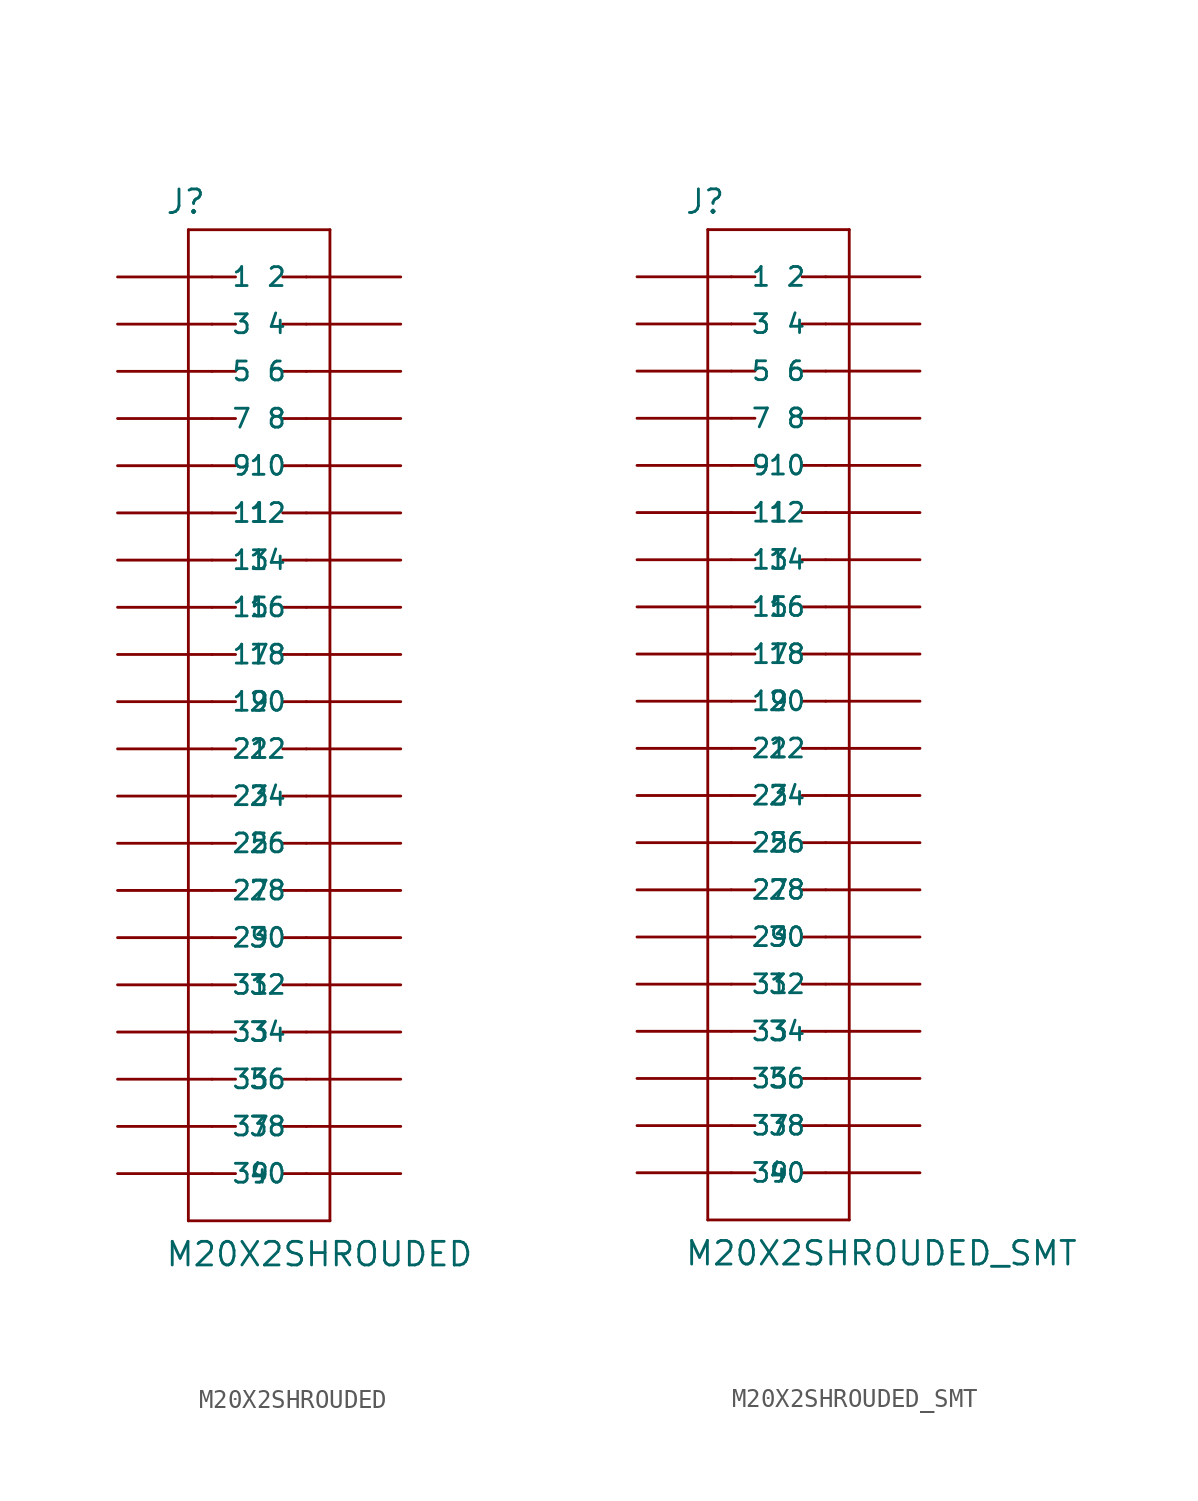
<source format=kicad_sym>
(kicad_symbol_lib
  (version 20211014)
  (generator kicad_symbol_editor)
  (symbol "M20X2SHROUDED"
    (pin_numbers hide)
    (pin_names
      (offset 1.016))
    (property "Reference" "J"
      (at -5.08 26.162 0)
      (effects (font (size 1.27 1.27)) (justify left bottom)))
    (property "Value" "M20X2SHROUDED"
      (at -5.08 -30.48 0)
      (effects (font (size 1.27 1.27)) (justify left bottom)))
    (property "Datasheet" ""
      (at 0 0 0)
      (effects (font (size 1.524 1.524))))
    (property "ki_locked" ""
      (at 0 0 0)
      (effects (font (size 1.27 1.27))))
    (symbol "M20X2SHROUDED_1_0"
      (polyline (pts (xy -3.81 25.4) (xy -3.81 -27.94)) (stroke (width 0) (type default) (color 0 0 0 0)) (fill (type none)))
      (polyline (pts (xy -3.81 25.4) (xy 3.81 25.4)) (stroke (width 0) (type default) (color 0 0 0 0)) (fill (type none)))
      (polyline (pts (xy -1.27 -25.4) (xy -2.54 -25.4)) (stroke (width 0) (type default) (color 0 0 0 0)) (fill (type none)))
      (polyline (pts (xy -1.27 -22.86) (xy -2.54 -22.86)) (stroke (width 0) (type default) (color 0 0 0 0)) (fill (type none)))
      (polyline (pts (xy -1.27 -20.32) (xy -2.54 -20.32)) (stroke (width 0) (type default) (color 0 0 0 0)) (fill (type none)))
      (polyline (pts (xy -1.27 -17.78) (xy -2.54 -17.78)) (stroke (width 0) (type default) (color 0 0 0 0)) (fill (type none)))
      (polyline (pts (xy -1.27 -15.24) (xy -2.54 -15.24)) (stroke (width 0) (type default) (color 0 0 0 0)) (fill (type none)))
      (polyline (pts (xy -1.27 -12.7) (xy -2.54 -12.7)) (stroke (width 0) (type default) (color 0 0 0 0)) (fill (type none)))
      (polyline (pts (xy -1.27 -10.16) (xy -2.54 -10.16)) (stroke (width 0) (type default) (color 0 0 0 0)) (fill (type none)))
      (polyline (pts (xy -1.27 -7.62) (xy -2.54 -7.62)) (stroke (width 0) (type default) (color 0 0 0 0)) (fill (type none)))
      (polyline (pts (xy -1.27 -5.08) (xy -2.54 -5.08)) (stroke (width 0) (type default) (color 0 0 0 0)) (fill (type none)))
      (polyline (pts (xy -1.27 -2.54) (xy -2.54 -2.54)) (stroke (width 0) (type default) (color 0 0 0 0)) (fill (type none)))
      (polyline (pts (xy -1.27 0) (xy -2.54 0)) (stroke (width 0) (type default) (color 0 0 0 0)) (fill (type none)))
      (polyline (pts (xy -1.27 2.54) (xy -2.54 2.54)) (stroke (width 0) (type default) (color 0 0 0 0)) (fill (type none)))
      (polyline (pts (xy -1.27 5.08) (xy -2.54 5.08)) (stroke (width 0) (type default) (color 0 0 0 0)) (fill (type none)))
      (polyline (pts (xy -1.27 7.62) (xy -2.54 7.62)) (stroke (width 0) (type default) (color 0 0 0 0)) (fill (type none)))
      (polyline (pts (xy -1.27 10.16) (xy -2.54 10.16)) (stroke (width 0) (type default) (color 0 0 0 0)) (fill (type none)))
      (polyline (pts (xy -1.27 12.7) (xy -2.54 12.7)) (stroke (width 0) (type default) (color 0 0 0 0)) (fill (type none)))
      (polyline (pts (xy -1.27 15.24) (xy -2.54 15.24)) (stroke (width 0) (type default) (color 0 0 0 0)) (fill (type none)))
      (polyline (pts (xy -1.27 17.78) (xy -2.54 17.78)) (stroke (width 0) (type default) (color 0 0 0 0)) (fill (type none)))
      (polyline (pts (xy -1.27 20.32) (xy -2.54 20.32)) (stroke (width 0) (type default) (color 0 0 0 0)) (fill (type none)))
      (polyline (pts (xy -1.27 22.86) (xy -2.54 22.86)) (stroke (width 0) (type default) (color 0 0 0 0)) (fill (type none)))
      (polyline (pts (xy 1.27 -25.4) (xy 2.54 -25.4)) (stroke (width 0) (type default) (color 0 0 0 0)) (fill (type none)))
      (polyline (pts (xy 1.27 -22.86) (xy 2.54 -22.86)) (stroke (width 0) (type default) (color 0 0 0 0)) (fill (type none)))
      (polyline (pts (xy 1.27 -20.32) (xy 2.54 -20.32)) (stroke (width 0) (type default) (color 0 0 0 0)) (fill (type none)))
      (polyline (pts (xy 1.27 -17.78) (xy 2.54 -17.78)) (stroke (width 0) (type default) (color 0 0 0 0)) (fill (type none)))
      (polyline (pts (xy 1.27 -15.24) (xy 2.54 -15.24)) (stroke (width 0) (type default) (color 0 0 0 0)) (fill (type none)))
      (polyline (pts (xy 1.27 -12.7) (xy 2.54 -12.7)) (stroke (width 0) (type default) (color 0 0 0 0)) (fill (type none)))
      (polyline (pts (xy 1.27 -10.16) (xy 2.54 -10.16)) (stroke (width 0) (type default) (color 0 0 0 0)) (fill (type none)))
      (polyline (pts (xy 1.27 -7.62) (xy 2.54 -7.62)) (stroke (width 0) (type default) (color 0 0 0 0)) (fill (type none)))
      (polyline (pts (xy 1.27 -5.08) (xy 2.54 -5.08)) (stroke (width 0) (type default) (color 0 0 0 0)) (fill (type none)))
      (polyline (pts (xy 1.27 -2.54) (xy 2.54 -2.54)) (stroke (width 0) (type default) (color 0 0 0 0)) (fill (type none)))
      (polyline (pts (xy 1.27 0) (xy 2.54 0)) (stroke (width 0) (type default) (color 0 0 0 0)) (fill (type none)))
      (polyline (pts (xy 1.27 2.54) (xy 2.54 2.54)) (stroke (width 0) (type default) (color 0 0 0 0)) (fill (type none)))
      (polyline (pts (xy 1.27 5.08) (xy 2.54 5.08)) (stroke (width 0) (type default) (color 0 0 0 0)) (fill (type none)))
      (polyline (pts (xy 1.27 7.62) (xy 2.54 7.62)) (stroke (width 0) (type default) (color 0 0 0 0)) (fill (type none)))
      (polyline (pts (xy 1.27 10.16) (xy 2.54 10.16)) (stroke (width 0) (type default) (color 0 0 0 0)) (fill (type none)))
      (polyline (pts (xy 1.27 12.7) (xy 2.54 12.7)) (stroke (width 0) (type default) (color 0 0 0 0)) (fill (type none)))
      (polyline (pts (xy 1.27 15.24) (xy 2.54 15.24)) (stroke (width 0) (type default) (color 0 0 0 0)) (fill (type none)))
      (polyline (pts (xy 1.27 17.78) (xy 2.54 17.78)) (stroke (width 0) (type default) (color 0 0 0 0)) (fill (type none)))
      (polyline (pts (xy 1.27 20.32) (xy 2.54 20.32)) (stroke (width 0) (type default) (color 0 0 0 0)) (fill (type none)))
      (polyline (pts (xy 1.27 22.86) (xy 2.54 22.86)) (stroke (width 0) (type default) (color 0 0 0 0)) (fill (type none)))
      (polyline (pts (xy 3.81 -27.94) (xy -3.81 -27.94)) (stroke (width 0) (type default) (color 0 0 0 0)) (fill (type none)))
      (polyline (pts (xy 3.81 -27.94) (xy 3.81 25.4)) (stroke (width 0) (type default) (color 0 0 0 0)) (fill (type none))))
    (symbol "M20X2SHROUDED_1_1"
      (pin passive line (at -7.62 22.86 0) (length 5.08) (name "1" (effects (font (size 1.016 1.016)))) (number "1" (effects (font (size 1.016 1.016)))))
      (pin passive line (at 7.62 12.7 180) (length 5.08) (name "10" (effects (font (size 1.016 1.016)))) (number "10" (effects (font (size 1.016 1.016)))))
      (pin passive line (at -7.62 10.16 0) (length 5.08) (name "11" (effects (font (size 1.016 1.016)))) (number "11" (effects (font (size 1.016 1.016)))))
      (pin passive line (at 7.62 10.16 180) (length 5.08) (name "12" (effects (font (size 1.016 1.016)))) (number "12" (effects (font (size 1.016 1.016)))))
      (pin passive line (at -7.62 7.62 0) (length 5.08) (name "13" (effects (font (size 1.016 1.016)))) (number "13" (effects (font (size 1.016 1.016)))))
      (pin passive line (at 7.62 7.62 180) (length 5.08) (name "14" (effects (font (size 1.016 1.016)))) (number "14" (effects (font (size 1.016 1.016)))))
      (pin passive line (at -7.62 5.08 0) (length 5.08) (name "15" (effects (font (size 1.016 1.016)))) (number "15" (effects (font (size 1.016 1.016)))))
      (pin passive line (at 7.62 5.08 180) (length 5.08) (name "16" (effects (font (size 1.016 1.016)))) (number "16" (effects (font (size 1.016 1.016)))))
      (pin passive line (at -7.62 2.54 0) (length 5.08) (name "17" (effects (font (size 1.016 1.016)))) (number "17" (effects (font (size 1.016 1.016)))))
      (pin passive line (at 7.62 2.54 180) (length 5.08) (name "18" (effects (font (size 1.016 1.016)))) (number "18" (effects (font (size 1.016 1.016)))))
      (pin passive line (at -7.62 0 0) (length 5.08) (name "19" (effects (font (size 1.016 1.016)))) (number "19" (effects (font (size 1.016 1.016)))))
      (pin passive line (at 7.62 22.86 180) (length 5.08) (name "2" (effects (font (size 1.016 1.016)))) (number "2" (effects (font (size 1.016 1.016)))))
      (pin passive line (at 7.62 0 180) (length 5.08) (name "20" (effects (font (size 1.016 1.016)))) (number "20" (effects (font (size 1.016 1.016)))))
      (pin passive line (at -7.62 -2.54 0) (length 5.08) (name "21" (effects (font (size 1.016 1.016)))) (number "21" (effects (font (size 1.016 1.016)))))
      (pin passive line (at 7.62 -2.54 180) (length 5.08) (name "22" (effects (font (size 1.016 1.016)))) (number "22" (effects (font (size 1.016 1.016)))))
      (pin passive line (at -7.62 -5.08 0) (length 5.08) (name "23" (effects (font (size 1.016 1.016)))) (number "23" (effects (font (size 1.016 1.016)))))
      (pin passive line (at 7.62 -5.08 180) (length 5.08) (name "24" (effects (font (size 1.016 1.016)))) (number "24" (effects (font (size 1.016 1.016)))))
      (pin passive line (at -7.62 -7.62 0) (length 5.08) (name "25" (effects (font (size 1.016 1.016)))) (number "25" (effects (font (size 1.016 1.016)))))
      (pin passive line (at 7.62 -7.62 180) (length 5.08) (name "26" (effects (font (size 1.016 1.016)))) (number "26" (effects (font (size 1.016 1.016)))))
      (pin passive line (at -7.62 -10.16 0) (length 5.08) (name "27" (effects (font (size 1.016 1.016)))) (number "27" (effects (font (size 1.016 1.016)))))
      (pin passive line (at 7.62 -10.16 180) (length 5.08) (name "28" (effects (font (size 1.016 1.016)))) (number "28" (effects (font (size 1.016 1.016)))))
      (pin passive line (at -7.62 -12.7 0) (length 5.08) (name "29" (effects (font (size 1.016 1.016)))) (number "29" (effects (font (size 1.016 1.016)))))
      (pin passive line (at -7.62 20.32 0) (length 5.08) (name "3" (effects (font (size 1.016 1.016)))) (number "3" (effects (font (size 1.016 1.016)))))
      (pin passive line (at 7.62 -12.7 180) (length 5.08) (name "30" (effects (font (size 1.016 1.016)))) (number "30" (effects (font (size 1.016 1.016)))))
      (pin passive line (at -7.62 -15.24 0) (length 5.08) (name "31" (effects (font (size 1.016 1.016)))) (number "31" (effects (font (size 1.016 1.016)))))
      (pin passive line (at 7.62 -15.24 180) (length 5.08) (name "32" (effects (font (size 1.016 1.016)))) (number "32" (effects (font (size 1.016 1.016)))))
      (pin passive line (at -7.62 -17.78 0) (length 5.08) (name "33" (effects (font (size 1.016 1.016)))) (number "33" (effects (font (size 1.016 1.016)))))
      (pin passive line (at 7.62 -17.78 180) (length 5.08) (name "34" (effects (font (size 1.016 1.016)))) (number "34" (effects (font (size 1.016 1.016)))))
      (pin passive line (at -7.62 -20.32 0) (length 5.08) (name "35" (effects (font (size 1.016 1.016)))) (number "35" (effects (font (size 1.016 1.016)))))
      (pin passive line (at 7.62 -20.32 180) (length 5.08) (name "36" (effects (font (size 1.016 1.016)))) (number "36" (effects (font (size 1.016 1.016)))))
      (pin passive line (at -7.62 -22.86 0) (length 5.08) (name "37" (effects (font (size 1.016 1.016)))) (number "37" (effects (font (size 1.016 1.016)))))
      (pin passive line (at 7.62 -22.86 180) (length 5.08) (name "38" (effects (font (size 1.016 1.016)))) (number "38" (effects (font (size 1.016 1.016)))))
      (pin passive line (at -7.62 -25.4 0) (length 5.08) (name "39" (effects (font (size 1.016 1.016)))) (number "39" (effects (font (size 1.016 1.016)))))
      (pin passive line (at 7.62 20.32 180) (length 5.08) (name "4" (effects (font (size 1.016 1.016)))) (number "4" (effects (font (size 1.016 1.016)))))
      (pin passive line (at 7.62 -25.4 180) (length 5.08) (name "40" (effects (font (size 1.016 1.016)))) (number "40" (effects (font (size 1.016 1.016)))))
      (pin passive line (at -7.62 17.78 0) (length 5.08) (name "5" (effects (font (size 1.016 1.016)))) (number "5" (effects (font (size 1.016 1.016)))))
      (pin passive line (at 7.62 17.78 180) (length 5.08) (name "6" (effects (font (size 1.016 1.016)))) (number "6" (effects (font (size 1.016 1.016)))))
      (pin passive line (at -7.62 15.24 0) (length 5.08) (name "7" (effects (font (size 1.016 1.016)))) (number "7" (effects (font (size 1.016 1.016)))))
      (pin passive line (at 7.62 15.24 180) (length 5.08) (name "8" (effects (font (size 1.016 1.016)))) (number "8" (effects (font (size 1.016 1.016)))))
      (pin passive line (at -7.62 12.7 0) (length 5.08) (name "9" (effects (font (size 1.016 1.016)))) (number "9" (effects (font (size 1.016 1.016)))))))
  (symbol "M20X2SHROUDED_SMT"
    (pin_numbers hide)
    (pin_names
      (offset 1.016))
    (property "Reference" "J"
      (at -5.08 26.162 0)
      (effects (font (size 1.27 1.27)) (justify left bottom)))
    (property "Value" "M20X2SHROUDED_SMT"
      (at -5.08 -30.48 0)
      (effects (font (size 1.27 1.27)) (justify left bottom)))
    (property "Datasheet" ""
      (at 0 0 0)
      (effects (font (size 1.524 1.524))))
    (property "ki_locked" ""
      (at 0 0 0)
      (effects (font (size 1.27 1.27))))
    (symbol "M20X2SHROUDED_SMT_1_0"
      (polyline (pts (xy -3.81 25.4) (xy -3.81 -27.94)) (stroke (width 0) (type default) (color 0 0 0 0)) (fill (type none)))
      (polyline (pts (xy -3.81 25.4) (xy 3.81 25.4)) (stroke (width 0) (type default) (color 0 0 0 0)) (fill (type none)))
      (polyline (pts (xy -1.27 -25.4) (xy -2.54 -25.4)) (stroke (width 0) (type default) (color 0 0 0 0)) (fill (type none)))
      (polyline (pts (xy -1.27 -22.86) (xy -2.54 -22.86)) (stroke (width 0) (type default) (color 0 0 0 0)) (fill (type none)))
      (polyline (pts (xy -1.27 -20.32) (xy -2.54 -20.32)) (stroke (width 0) (type default) (color 0 0 0 0)) (fill (type none)))
      (polyline (pts (xy -1.27 -17.78) (xy -2.54 -17.78)) (stroke (width 0) (type default) (color 0 0 0 0)) (fill (type none)))
      (polyline (pts (xy -1.27 -15.24) (xy -2.54 -15.24)) (stroke (width 0) (type default) (color 0 0 0 0)) (fill (type none)))
      (polyline (pts (xy -1.27 -12.7) (xy -2.54 -12.7)) (stroke (width 0) (type default) (color 0 0 0 0)) (fill (type none)))
      (polyline (pts (xy -1.27 -10.16) (xy -2.54 -10.16)) (stroke (width 0) (type default) (color 0 0 0 0)) (fill (type none)))
      (polyline (pts (xy -1.27 -7.62) (xy -2.54 -7.62)) (stroke (width 0) (type default) (color 0 0 0 0)) (fill (type none)))
      (polyline (pts (xy -1.27 -5.08) (xy -2.54 -5.08)) (stroke (width 0) (type default) (color 0 0 0 0)) (fill (type none)))
      (polyline (pts (xy -1.27 -2.54) (xy -2.54 -2.54)) (stroke (width 0) (type default) (color 0 0 0 0)) (fill (type none)))
      (polyline (pts (xy -1.27 0) (xy -2.54 0)) (stroke (width 0) (type default) (color 0 0 0 0)) (fill (type none)))
      (polyline (pts (xy -1.27 2.54) (xy -2.54 2.54)) (stroke (width 0) (type default) (color 0 0 0 0)) (fill (type none)))
      (polyline (pts (xy -1.27 5.08) (xy -2.54 5.08)) (stroke (width 0) (type default) (color 0 0 0 0)) (fill (type none)))
      (polyline (pts (xy -1.27 7.62) (xy -2.54 7.62)) (stroke (width 0) (type default) (color 0 0 0 0)) (fill (type none)))
      (polyline (pts (xy -1.27 10.16) (xy -2.54 10.16)) (stroke (width 0) (type default) (color 0 0 0 0)) (fill (type none)))
      (polyline (pts (xy -1.27 12.7) (xy -2.54 12.7)) (stroke (width 0) (type default) (color 0 0 0 0)) (fill (type none)))
      (polyline (pts (xy -1.27 15.24) (xy -2.54 15.24)) (stroke (width 0) (type default) (color 0 0 0 0)) (fill (type none)))
      (polyline (pts (xy -1.27 17.78) (xy -2.54 17.78)) (stroke (width 0) (type default) (color 0 0 0 0)) (fill (type none)))
      (polyline (pts (xy -1.27 20.32) (xy -2.54 20.32)) (stroke (width 0) (type default) (color 0 0 0 0)) (fill (type none)))
      (polyline (pts (xy -1.27 22.86) (xy -2.54 22.86)) (stroke (width 0) (type default) (color 0 0 0 0)) (fill (type none)))
      (polyline (pts (xy 1.27 -25.4) (xy 2.54 -25.4)) (stroke (width 0) (type default) (color 0 0 0 0)) (fill (type none)))
      (polyline (pts (xy 1.27 -22.86) (xy 2.54 -22.86)) (stroke (width 0) (type default) (color 0 0 0 0)) (fill (type none)))
      (polyline (pts (xy 1.27 -20.32) (xy 2.54 -20.32)) (stroke (width 0) (type default) (color 0 0 0 0)) (fill (type none)))
      (polyline (pts (xy 1.27 -17.78) (xy 2.54 -17.78)) (stroke (width 0) (type default) (color 0 0 0 0)) (fill (type none)))
      (polyline (pts (xy 1.27 -15.24) (xy 2.54 -15.24)) (stroke (width 0) (type default) (color 0 0 0 0)) (fill (type none)))
      (polyline (pts (xy 1.27 -12.7) (xy 2.54 -12.7)) (stroke (width 0) (type default) (color 0 0 0 0)) (fill (type none)))
      (polyline (pts (xy 1.27 -10.16) (xy 2.54 -10.16)) (stroke (width 0) (type default) (color 0 0 0 0)) (fill (type none)))
      (polyline (pts (xy 1.27 -7.62) (xy 2.54 -7.62)) (stroke (width 0) (type default) (color 0 0 0 0)) (fill (type none)))
      (polyline (pts (xy 1.27 -5.08) (xy 2.54 -5.08)) (stroke (width 0) (type default) (color 0 0 0 0)) (fill (type none)))
      (polyline (pts (xy 1.27 -2.54) (xy 2.54 -2.54)) (stroke (width 0) (type default) (color 0 0 0 0)) (fill (type none)))
      (polyline (pts (xy 1.27 0) (xy 2.54 0)) (stroke (width 0) (type default) (color 0 0 0 0)) (fill (type none)))
      (polyline (pts (xy 1.27 2.54) (xy 2.54 2.54)) (stroke (width 0) (type default) (color 0 0 0 0)) (fill (type none)))
      (polyline (pts (xy 1.27 5.08) (xy 2.54 5.08)) (stroke (width 0) (type default) (color 0 0 0 0)) (fill (type none)))
      (polyline (pts (xy 1.27 7.62) (xy 2.54 7.62)) (stroke (width 0) (type default) (color 0 0 0 0)) (fill (type none)))
      (polyline (pts (xy 1.27 10.16) (xy 2.54 10.16)) (stroke (width 0) (type default) (color 0 0 0 0)) (fill (type none)))
      (polyline (pts (xy 1.27 12.7) (xy 2.54 12.7)) (stroke (width 0) (type default) (color 0 0 0 0)) (fill (type none)))
      (polyline (pts (xy 1.27 15.24) (xy 2.54 15.24)) (stroke (width 0) (type default) (color 0 0 0 0)) (fill (type none)))
      (polyline (pts (xy 1.27 17.78) (xy 2.54 17.78)) (stroke (width 0) (type default) (color 0 0 0 0)) (fill (type none)))
      (polyline (pts (xy 1.27 20.32) (xy 2.54 20.32)) (stroke (width 0) (type default) (color 0 0 0 0)) (fill (type none)))
      (polyline (pts (xy 1.27 22.86) (xy 2.54 22.86)) (stroke (width 0) (type default) (color 0 0 0 0)) (fill (type none)))
      (polyline (pts (xy 3.81 -27.94) (xy -3.81 -27.94)) (stroke (width 0) (type default) (color 0 0 0 0)) (fill (type none)))
      (polyline (pts (xy 3.81 -27.94) (xy 3.81 25.4)) (stroke (width 0) (type default) (color 0 0 0 0)) (fill (type none))))
    (symbol "M20X2SHROUDED_SMT_1_1"
      (pin passive line (at -7.62 22.86 0) (length 5.08) (name "1" (effects (font (size 1.016 1.016)))) (number "1" (effects (font (size 1.016 1.016)))))
      (pin passive line (at 7.62 12.7 180) (length 5.08) (name "10" (effects (font (size 1.016 1.016)))) (number "10" (effects (font (size 1.016 1.016)))))
      (pin passive line (at -7.62 10.16 0) (length 5.08) (name "11" (effects (font (size 1.016 1.016)))) (number "11" (effects (font (size 1.016 1.016)))))
      (pin passive line (at 7.62 10.16 180) (length 5.08) (name "12" (effects (font (size 1.016 1.016)))) (number "12" (effects (font (size 1.016 1.016)))))
      (pin passive line (at -7.62 7.62 0) (length 5.08) (name "13" (effects (font (size 1.016 1.016)))) (number "13" (effects (font (size 1.016 1.016)))))
      (pin passive line (at 7.62 7.62 180) (length 5.08) (name "14" (effects (font (size 1.016 1.016)))) (number "14" (effects (font (size 1.016 1.016)))))
      (pin passive line (at -7.62 5.08 0) (length 5.08) (name "15" (effects (font (size 1.016 1.016)))) (number "15" (effects (font (size 1.016 1.016)))))
      (pin passive line (at 7.62 5.08 180) (length 5.08) (name "16" (effects (font (size 1.016 1.016)))) (number "16" (effects (font (size 1.016 1.016)))))
      (pin passive line (at -7.62 2.54 0) (length 5.08) (name "17" (effects (font (size 1.016 1.016)))) (number "17" (effects (font (size 1.016 1.016)))))
      (pin passive line (at 7.62 2.54 180) (length 5.08) (name "18" (effects (font (size 1.016 1.016)))) (number "18" (effects (font (size 1.016 1.016)))))
      (pin passive line (at -7.62 0 0) (length 5.08) (name "19" (effects (font (size 1.016 1.016)))) (number "19" (effects (font (size 1.016 1.016)))))
      (pin passive line (at 7.62 22.86 180) (length 5.08) (name "2" (effects (font (size 1.016 1.016)))) (number "2" (effects (font (size 1.016 1.016)))))
      (pin passive line (at 7.62 0 180) (length 5.08) (name "20" (effects (font (size 1.016 1.016)))) (number "20" (effects (font (size 1.016 1.016)))))
      (pin passive line (at -7.62 -2.54 0) (length 5.08) (name "21" (effects (font (size 1.016 1.016)))) (number "21" (effects (font (size 1.016 1.016)))))
      (pin passive line (at 7.62 -2.54 180) (length 5.08) (name "22" (effects (font (size 1.016 1.016)))) (number "22" (effects (font (size 1.016 1.016)))))
      (pin passive line (at -7.62 -5.08 0) (length 5.08) (name "23" (effects (font (size 1.016 1.016)))) (number "23" (effects (font (size 1.016 1.016)))))
      (pin passive line (at 7.62 -5.08 180) (length 5.08) (name "24" (effects (font (size 1.016 1.016)))) (number "24" (effects (font (size 1.016 1.016)))))
      (pin passive line (at -7.62 -7.62 0) (length 5.08) (name "25" (effects (font (size 1.016 1.016)))) (number "25" (effects (font (size 1.016 1.016)))))
      (pin passive line (at 7.62 -7.62 180) (length 5.08) (name "26" (effects (font (size 1.016 1.016)))) (number "26" (effects (font (size 1.016 1.016)))))
      (pin passive line (at -7.62 -10.16 0) (length 5.08) (name "27" (effects (font (size 1.016 1.016)))) (number "27" (effects (font (size 1.016 1.016)))))
      (pin passive line (at 7.62 -10.16 180) (length 5.08) (name "28" (effects (font (size 1.016 1.016)))) (number "28" (effects (font (size 1.016 1.016)))))
      (pin passive line (at -7.62 -12.7 0) (length 5.08) (name "29" (effects (font (size 1.016 1.016)))) (number "29" (effects (font (size 1.016 1.016)))))
      (pin passive line (at -7.62 20.32 0) (length 5.08) (name "3" (effects (font (size 1.016 1.016)))) (number "3" (effects (font (size 1.016 1.016)))))
      (pin passive line (at 7.62 -12.7 180) (length 5.08) (name "30" (effects (font (size 1.016 1.016)))) (number "30" (effects (font (size 1.016 1.016)))))
      (pin passive line (at -7.62 -15.24 0) (length 5.08) (name "31" (effects (font (size 1.016 1.016)))) (number "31" (effects (font (size 1.016 1.016)))))
      (pin passive line (at 7.62 -15.24 180) (length 5.08) (name "32" (effects (font (size 1.016 1.016)))) (number "32" (effects (font (size 1.016 1.016)))))
      (pin passive line (at -7.62 -17.78 0) (length 5.08) (name "33" (effects (font (size 1.016 1.016)))) (number "33" (effects (font (size 1.016 1.016)))))
      (pin passive line (at 7.62 -17.78 180) (length 5.08) (name "34" (effects (font (size 1.016 1.016)))) (number "34" (effects (font (size 1.016 1.016)))))
      (pin passive line (at -7.62 -20.32 0) (length 5.08) (name "35" (effects (font (size 1.016 1.016)))) (number "35" (effects (font (size 1.016 1.016)))))
      (pin passive line (at 7.62 -20.32 180) (length 5.08) (name "36" (effects (font (size 1.016 1.016)))) (number "36" (effects (font (size 1.016 1.016)))))
      (pin passive line (at -7.62 -22.86 0) (length 5.08) (name "37" (effects (font (size 1.016 1.016)))) (number "37" (effects (font (size 1.016 1.016)))))
      (pin passive line (at 7.62 -22.86 180) (length 5.08) (name "38" (effects (font (size 1.016 1.016)))) (number "38" (effects (font (size 1.016 1.016)))))
      (pin passive line (at -7.62 -25.4 0) (length 5.08) (name "39" (effects (font (size 1.016 1.016)))) (number "39" (effects (font (size 1.016 1.016)))))
      (pin passive line (at 7.62 20.32 180) (length 5.08) (name "4" (effects (font (size 1.016 1.016)))) (number "4" (effects (font (size 1.016 1.016)))))
      (pin passive line (at 7.62 -25.4 180) (length 5.08) (name "40" (effects (font (size 1.016 1.016)))) (number "40" (effects (font (size 1.016 1.016)))))
      (pin passive line (at -7.62 17.78 0) (length 5.08) (name "5" (effects (font (size 1.016 1.016)))) (number "5" (effects (font (size 1.016 1.016)))))
      (pin passive line (at 7.62 17.78 180) (length 5.08) (name "6" (effects (font (size 1.016 1.016)))) (number "6" (effects (font (size 1.016 1.016)))))
      (pin passive line (at -7.62 15.24 0) (length 5.08) (name "7" (effects (font (size 1.016 1.016)))) (number "7" (effects (font (size 1.016 1.016)))))
      (pin passive line (at 7.62 15.24 180) (length 5.08) (name "8" (effects (font (size 1.016 1.016)))) (number "8" (effects (font (size 1.016 1.016)))))
      (pin passive line (at -7.62 12.7 0) (length 5.08) (name "9" (effects (font (size 1.016 1.016)))) (number "9" (effects (font (size 1.016 1.016))))))))
</source>
